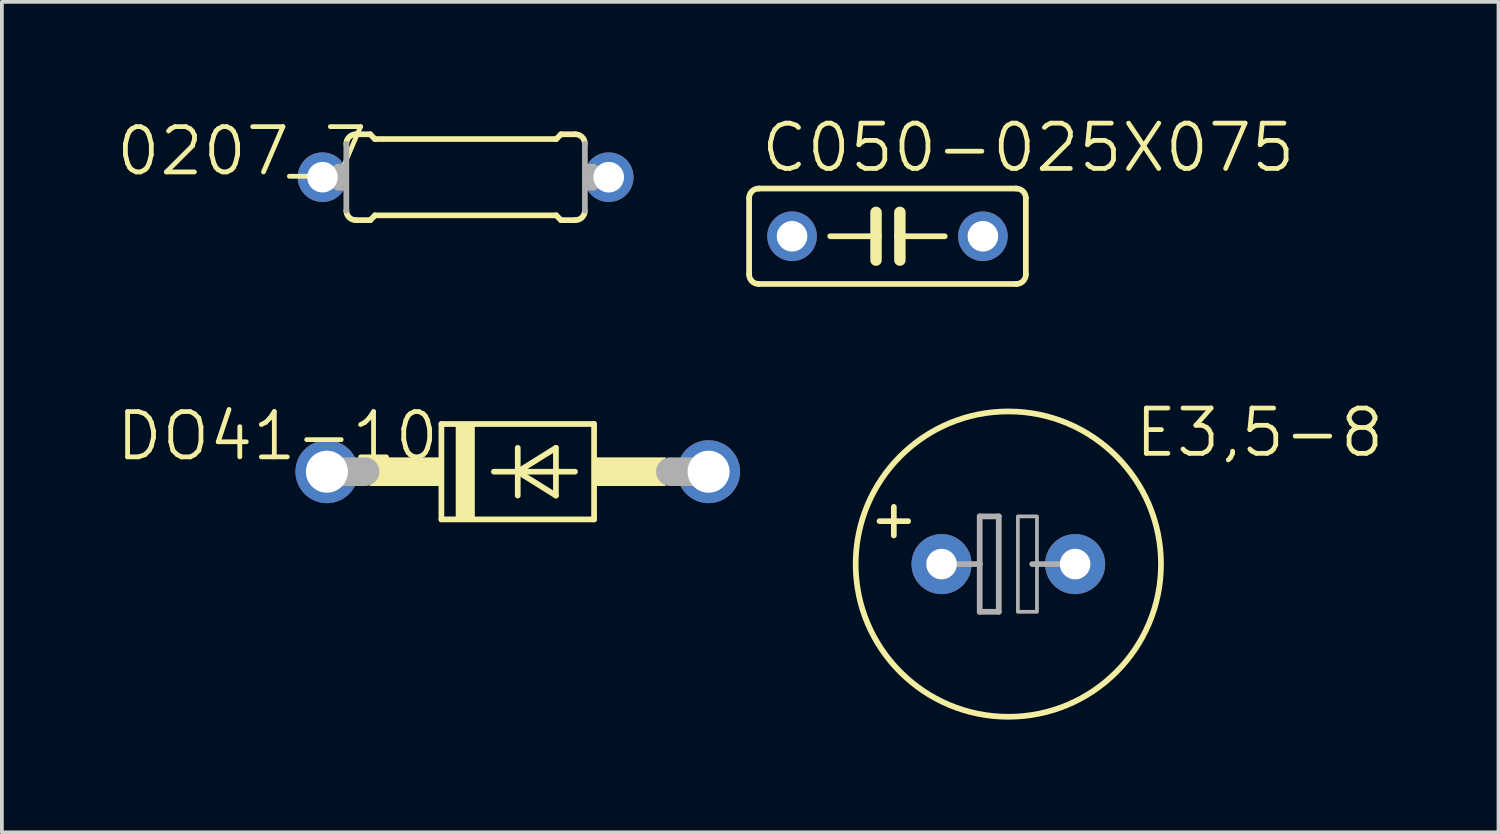
<source format=kicad_pcb>
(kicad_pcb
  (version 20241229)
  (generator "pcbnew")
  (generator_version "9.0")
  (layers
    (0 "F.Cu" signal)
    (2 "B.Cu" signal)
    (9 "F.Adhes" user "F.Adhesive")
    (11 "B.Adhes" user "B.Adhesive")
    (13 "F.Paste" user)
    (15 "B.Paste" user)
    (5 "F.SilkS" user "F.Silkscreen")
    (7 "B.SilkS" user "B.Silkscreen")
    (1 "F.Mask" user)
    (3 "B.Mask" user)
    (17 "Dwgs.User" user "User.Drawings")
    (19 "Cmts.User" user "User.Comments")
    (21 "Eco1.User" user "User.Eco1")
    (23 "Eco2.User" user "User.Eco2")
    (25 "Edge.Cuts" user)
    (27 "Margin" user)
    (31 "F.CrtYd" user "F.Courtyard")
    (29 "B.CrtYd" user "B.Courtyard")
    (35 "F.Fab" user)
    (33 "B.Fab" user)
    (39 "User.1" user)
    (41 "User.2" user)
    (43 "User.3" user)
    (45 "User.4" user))
  (footprint "0207_7"
    (layer "F.Cu")
    (at 9.344 1.667)
    (property "Reference" "0207_7" (at -2.54 -1.397 0) (layer "F.SilkS") (effects (font (size 1.206 1.206) (thickness 0.127)) (justify right top)))
    (attr through_hole)
    (fp_line (start -2.921 -1.143) (end -2.54 -1.143) (stroke (width 0.152) (type solid)) (layer "F.SilkS"))
    (fp_line (start -2.921 1.143) (end -2.54 1.143) (stroke (width 0.152) (type solid)) (layer "F.SilkS"))
    (fp_line (start -2.413 -1.016) (end -2.54 -1.143) (stroke (width 0.152) (type solid)) (layer "F.SilkS"))
    (fp_line (start -2.413 1.016) (end -2.54 1.143) (stroke (width 0.152) (type solid)) (layer "F.SilkS"))
    (fp_line (start 2.413 -1.016) (end -2.413 -1.016) (stroke (width 0.152) (type solid)) (layer "F.SilkS"))
    (fp_line (start 2.413 -1.016) (end 2.54 -1.143) (stroke (width 0.152) (type solid)) (layer "F.SilkS"))
    (fp_line (start 2.413 1.016) (end -2.413 1.016) (stroke (width 0.152) (type solid)) (layer "F.SilkS"))
    (fp_line (start 2.413 1.016) (end 2.54 1.143) (stroke (width 0.152) (type solid)) (layer "F.SilkS"))
    (fp_line (start 2.921 -1.143) (end 2.54 -1.143) (stroke (width 0.152) (type solid)) (layer "F.SilkS"))
    (fp_line (start 2.921 1.143) (end 2.54 1.143) (stroke (width 0.152) (type solid)) (layer "F.SilkS"))
    (fp_arc (start -3.175 -0.889) (mid -3.100605 -1.068605) (end -2.921 -1.143) (stroke (width 0.1524) (type solid)) (layer "F.SilkS"))
    (fp_arc (start -2.921 1.143) (mid -3.100605 1.068605) (end -3.175 0.889) (stroke (width 0.1524) (type solid)) (layer "F.SilkS"))
    (fp_arc (start 2.921 -1.143) (mid 3.100605 -1.068605) (end 3.175 -0.889) (stroke (width 0.1524) (type solid)) (layer "F.SilkS"))
    (fp_arc (start 3.175 0.889) (mid 3.100605 1.068605) (end 2.921 1.143) (stroke (width 0.1524) (type solid)) (layer "F.SilkS"))
    (fp_line (start -3.81 0) (end -3.429 0) (stroke (width 0.61) (type solid)) (layer "F.Fab"))
    (fp_line (start -3.175 0.889) (end -3.175 -0.889) (stroke (width 0.152) (type solid)) (layer "F.Fab"))
    (fp_line (start 3.175 0.889) (end 3.175 -0.889) (stroke (width 0.152) (type solid)) (layer "F.Fab"))
    (fp_line (start 3.429 0) (end 3.81 0) (stroke (width 0.61) (type solid)) (layer "F.Fab"))
    (fp_poly (pts (xy -3.429 0.305) (xy -3.175 0.305) (xy -3.175 -0.305) (xy -3.429 -0.305)) (stroke (width 0.1) (type solid)) (fill no) (layer "F.Fab"))
    (fp_poly (pts (xy 3.175 0.305) (xy 3.429 0.305) (xy 3.429 -0.305) (xy 3.175 -0.305)) (stroke (width 0.1) (type solid)) (fill no) (layer "F.Fab"))
    (pad "1" thru_hole circle (at -3.81 0) (size 1.321 1.321) (drill 0.813) (layers "*.Cu" "*.Mask"))
    (pad "2" thru_hole circle (at 3.81 0) (size 1.321 1.321) (drill 0.813) (layers "*.Cu" "*.Mask")))
  (footprint "E3,5-8"
    (layer "F.Cu")
    (at 23.791 11.966)
    (property "Reference" "E3,5-8" (at 3.302 -2.794 0) (layer "F.SilkS") (effects (font (size 1.206 1.206) (thickness 0.127)) (justify left bottom)))
    (attr through_hole)
    (fp_line (start -3.429 -1.143) (end -2.667 -1.143) (stroke (width 0.152) (type solid)) (layer "F.SilkS"))
    (fp_line (start -3.048 -0.762) (end -3.048 -1.524) (stroke (width 0.152) (type solid)) (layer "F.SilkS"))
    (fp_circle (center 0 0) (end 4.064 0) (stroke (width 0.152) (type solid)) (fill no) (layer "F.SilkS"))
    (fp_line (start -1.651 0) (end -0.762 0) (stroke (width 0.152) (type solid)) (layer "F.Fab"))
    (fp_line (start -0.762 -1.27) (end -0.762 0) (stroke (width 0.152) (type solid)) (layer "F.Fab"))
    (fp_line (start -0.762 0) (end -0.762 1.27) (stroke (width 0.152) (type solid)) (layer "F.Fab"))
    (fp_line (start -0.762 1.27) (end -0.254 1.27) (stroke (width 0.152) (type solid)) (layer "F.Fab"))
    (fp_line (start -0.254 -1.27) (end -0.762 -1.27) (stroke (width 0.152) (type solid)) (layer "F.Fab"))
    (fp_line (start -0.254 1.27) (end -0.254 -1.27) (stroke (width 0.152) (type solid)) (layer "F.Fab"))
    (fp_line (start 0.635 0) (end 1.651 0) (stroke (width 0.152) (type solid)) (layer "F.Fab"))
    (fp_poly (pts (xy 0.254 1.27) (xy 0.762 1.27) (xy 0.762 -1.27) (xy 0.254 -1.27)) (stroke (width 0.1) (type solid)) (fill no) (layer "F.Fab"))
    (pad "+" thru_hole circle (at -1.778 0) (size 1.6 1.6) (drill 0.813) (layers "*.Cu" "*.Mask"))
    (pad "-" thru_hole circle (at 1.778 0) (size 1.6 1.6) (drill 0.813) (layers "*.Cu" "*.Mask")))
  (footprint "C050-025X075"
    (layer "F.Cu")
    (at 20.574 3.239)
    (property "Reference" "C050-025X075" (at -3.429 -1.651 0) (layer "F.SilkS") (effects (font (size 1.206 1.206) (thickness 0.127)) (justify left bottom)))
    (attr through_hole)
    (fp_line (start -3.683 -1.016) (end -3.683 1.016) (stroke (width 0.152) (type solid)) (layer "F.SilkS"))
    (fp_line (start -3.429 1.27) (end 3.429 1.27) (stroke (width 0.152) (type solid)) (layer "F.SilkS"))
    (fp_line (start -0.305 -0.635) (end -0.305 0) (stroke (width 0.305) (type solid)) (layer "F.SilkS"))
    (fp_line (start -0.305 0) (end -1.524 0) (stroke (width 0.152) (type solid)) (layer "F.SilkS"))
    (fp_line (start -0.305 0) (end -0.305 0.635) (stroke (width 0.305) (type solid)) (layer "F.SilkS"))
    (fp_line (start 0.33 -0.635) (end 0.33 0) (stroke (width 0.305) (type solid)) (layer "F.SilkS"))
    (fp_line (start 0.33 0) (end 0.33 0.635) (stroke (width 0.305) (type solid)) (layer "F.SilkS"))
    (fp_line (start 0.33 0) (end 1.524 0) (stroke (width 0.152) (type solid)) (layer "F.SilkS"))
    (fp_line (start 3.429 -1.27) (end -3.429 -1.27) (stroke (width 0.152) (type solid)) (layer "F.SilkS"))
    (fp_line (start 3.683 1.016) (end 3.683 -1.016) (stroke (width 0.152) (type solid)) (layer "F.SilkS"))
    (fp_arc (start -3.683 -1.016) (mid -3.608605 -1.195605) (end -3.429 -1.27) (stroke (width 0.1524) (type solid)) (layer "F.SilkS"))
    (fp_arc (start -3.429 1.27) (mid -3.608605 1.195605) (end -3.683 1.016) (stroke (width 0.1524) (type solid)) (layer "F.SilkS"))
    (fp_arc (start 3.429 -1.27) (mid 3.608605 -1.195605) (end 3.683 -1.016) (stroke (width 0.1524) (type solid)) (layer "F.SilkS"))
    (fp_arc (start 3.683 1.016) (mid 3.608605 1.195605) (end 3.429 1.27) (stroke (width 0.1524) (type solid)) (layer "F.SilkS"))
    (pad "1" thru_hole circle (at -2.54 0) (size 1.321 1.321) (drill 0.813) (layers "*.Cu" "*.Mask"))
    (pad "2" thru_hole circle (at 2.54 0) (size 1.321 1.321) (drill 0.813) (layers "*.Cu" "*.Mask")))
  (footprint "DO41-10"
    (layer "F.Cu")
    (at 10.732 9.506)
    (property "Reference" "DO41-10" (at -2.032 -1.651 0) (layer "F.SilkS") (effects (font (size 1.206 1.206) (thickness 0.127)) (justify right top)))
    (attr through_hole)
    (fp_line (start -2.032 -1.27) (end -2.032 1.27) (stroke (width 0.152) (type solid)) (layer "F.SilkS"))
    (fp_line (start -2.032 -1.27) (end 2.032 -1.27) (stroke (width 0.152) (type solid)) (layer "F.SilkS"))
    (fp_line (start -0.635 0) (end 0 0) (stroke (width 0.152) (type solid)) (layer "F.SilkS"))
    (fp_line (start 0 -0.635) (end 0 0) (stroke (width 0.152) (type solid)) (layer "F.SilkS"))
    (fp_line (start 0 0) (end 0 0.635) (stroke (width 0.152) (type solid)) (layer "F.SilkS"))
    (fp_line (start 0 0) (end 1.016 -0.635) (stroke (width 0.152) (type solid)) (layer "F.SilkS"))
    (fp_line (start 0 0) (end 1.524 0) (stroke (width 0.152) (type solid)) (layer "F.SilkS"))
    (fp_line (start 1.016 -0.635) (end 1.016 0.635) (stroke (width 0.152) (type solid)) (layer "F.SilkS"))
    (fp_line (start 1.016 0.635) (end 0 0) (stroke (width 0.152) (type solid)) (layer "F.SilkS"))
    (fp_line (start 2.032 1.27) (end -2.032 1.27) (stroke (width 0.152) (type solid)) (layer "F.SilkS"))
    (fp_line (start 2.032 1.27) (end 2.032 -1.27) (stroke (width 0.152) (type solid)) (layer "F.SilkS"))
    (fp_poly (pts (xy -3.937 0.381) (xy -2.032 0.381) (xy -2.032 -0.381) (xy -3.937 -0.381)) (stroke (width 0) (type solid)) (fill yes) (layer "F.SilkS"))
    (fp_poly (pts (xy -1.651 1.27) (xy -1.143 1.27) (xy -1.143 -1.27) (xy -1.651 -1.27)) (stroke (width 0) (type solid)) (fill yes) (layer "F.SilkS"))
    (fp_poly (pts (xy 2.032 0.381) (xy 3.937 0.381) (xy 3.937 -0.381) (xy 2.032 -0.381)) (stroke (width 0) (type solid)) (fill yes) (layer "F.SilkS"))
    (fp_line (start -5.08 0) (end -4.064 0) (stroke (width 0.762) (type solid)) (layer "F.Fab"))
    (fp_line (start 5.08 0) (end 4.064 0) (stroke (width 0.762) (type solid)) (layer "F.Fab"))
    (pad "A" thru_hole circle (at 5.08 0) (size 1.676 1.676) (drill 1.118) (layers "*.Cu" "*.Mask"))
    (pad "C" thru_hole circle (at -5.08 0) (size 1.676 1.676) (drill 1.118) (layers "*.Cu" "*.Mask")))
  (gr_rect
    (start -3 -3)
    (end 36.839 19.106)
    (stroke (width 0.1) (type default))
    (fill no)
    (layer "Edge.Cuts")))
</source>
